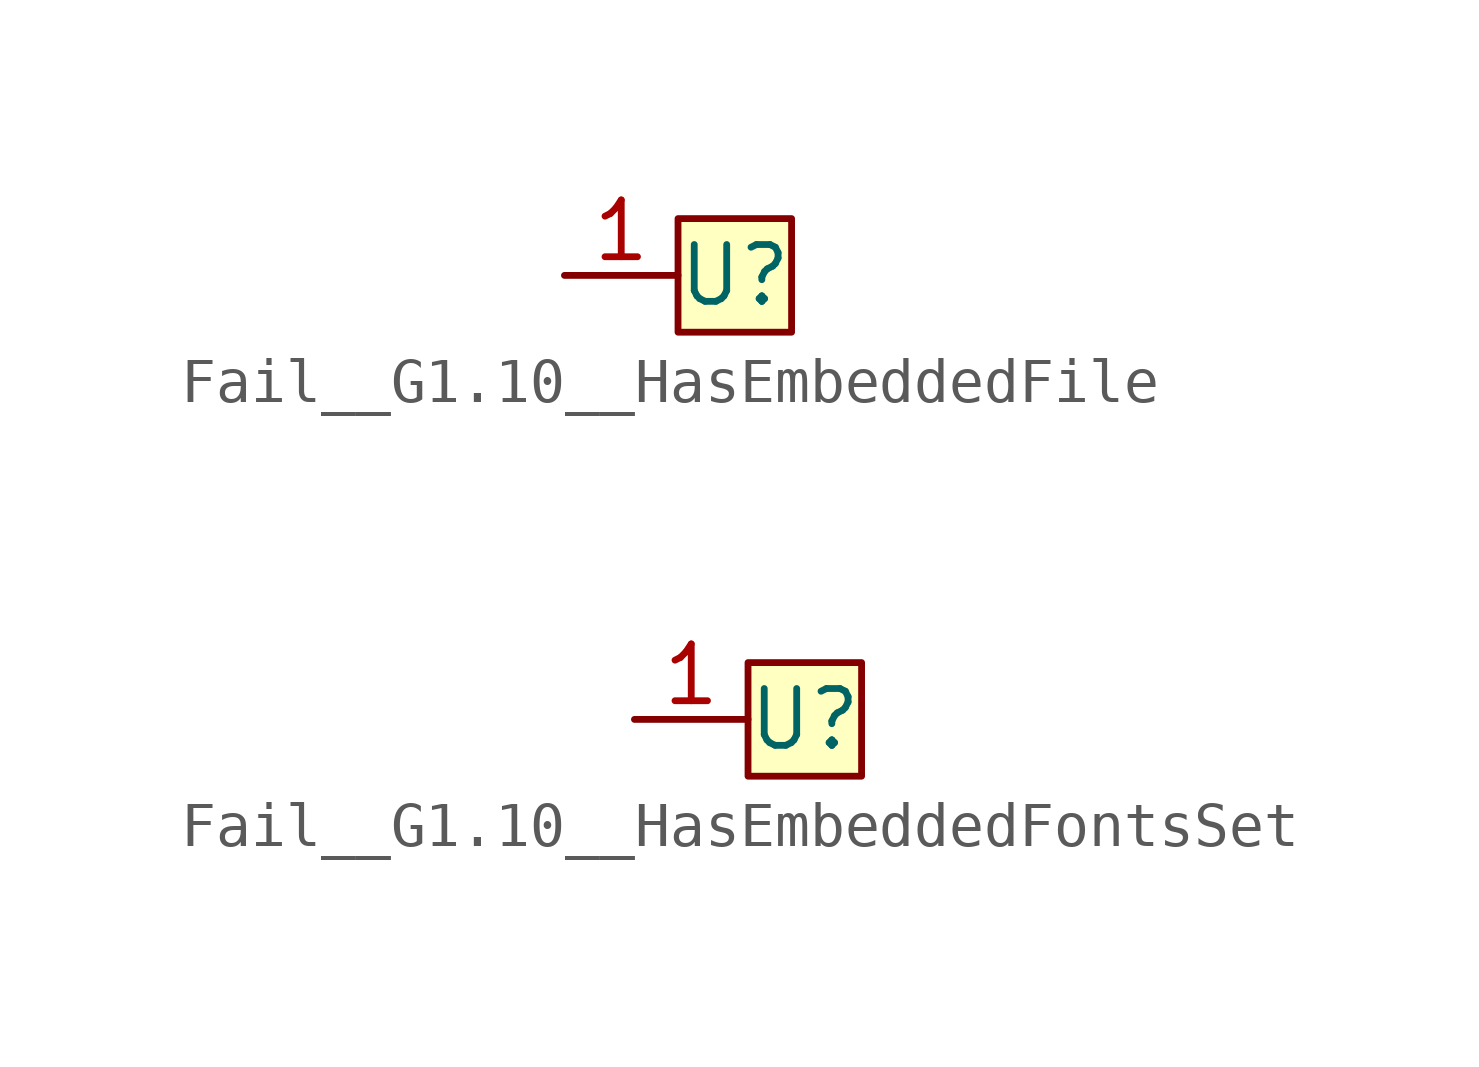
<source format=kicad_sym>
(kicad_symbol_lib
  (version 20241209)
  (generator "kicad_symbol_editor")
  (generator_version "9.0")
  (symbol "Fail__G1.10__HasEmbeddedFile"
    (pin_names
      (offset 0)
      (hide yes))
    (property "Reference" "U"
      (at 0 0 0)
      (effects (font (size 1.27 1.27))))
    (property "Value" ""
      (at 0 0 0)
      (effects (font (size 1.27 1.27))))
    (symbol "Fail__G1.10__HasEmbeddedFile_1_1"
      (rectangle (start -1.27 1.27) (end 1.27 -1.27) (stroke (width 0) (type solid)) (fill (type background)))
      (pin input line (at -3.81 0 0) (length 2.54) (name "p1" (effects (font (size 1.27 1.27)))) (number "1" (effects (font (size 1.27 1.27)))))))
  (symbol "Fail__G1.10__HasEmbeddedFontsSet"
    (pin_names
      (offset 0)
      (hide yes))
    (property "Reference" "U"
      (at 0 0 0)
      (effects (font (size 1.27 1.27))))
    (property "Value" ""
      (at 0 0 0)
      (effects (font (size 1.27 1.27))))
    (symbol "Fail__G1.10__HasEmbeddedFontsSet_1_1"
      (rectangle (start -1.27 1.27) (end 1.27 -1.27) (stroke (width 0) (type solid)) (fill (type background)))
      (pin input line (at -3.81 0 0) (length 2.54) (name "p1" (effects (font (size 1.27 1.27)))) (number "1" (effects (font (size 1.27 1.27))))))))
</source>
